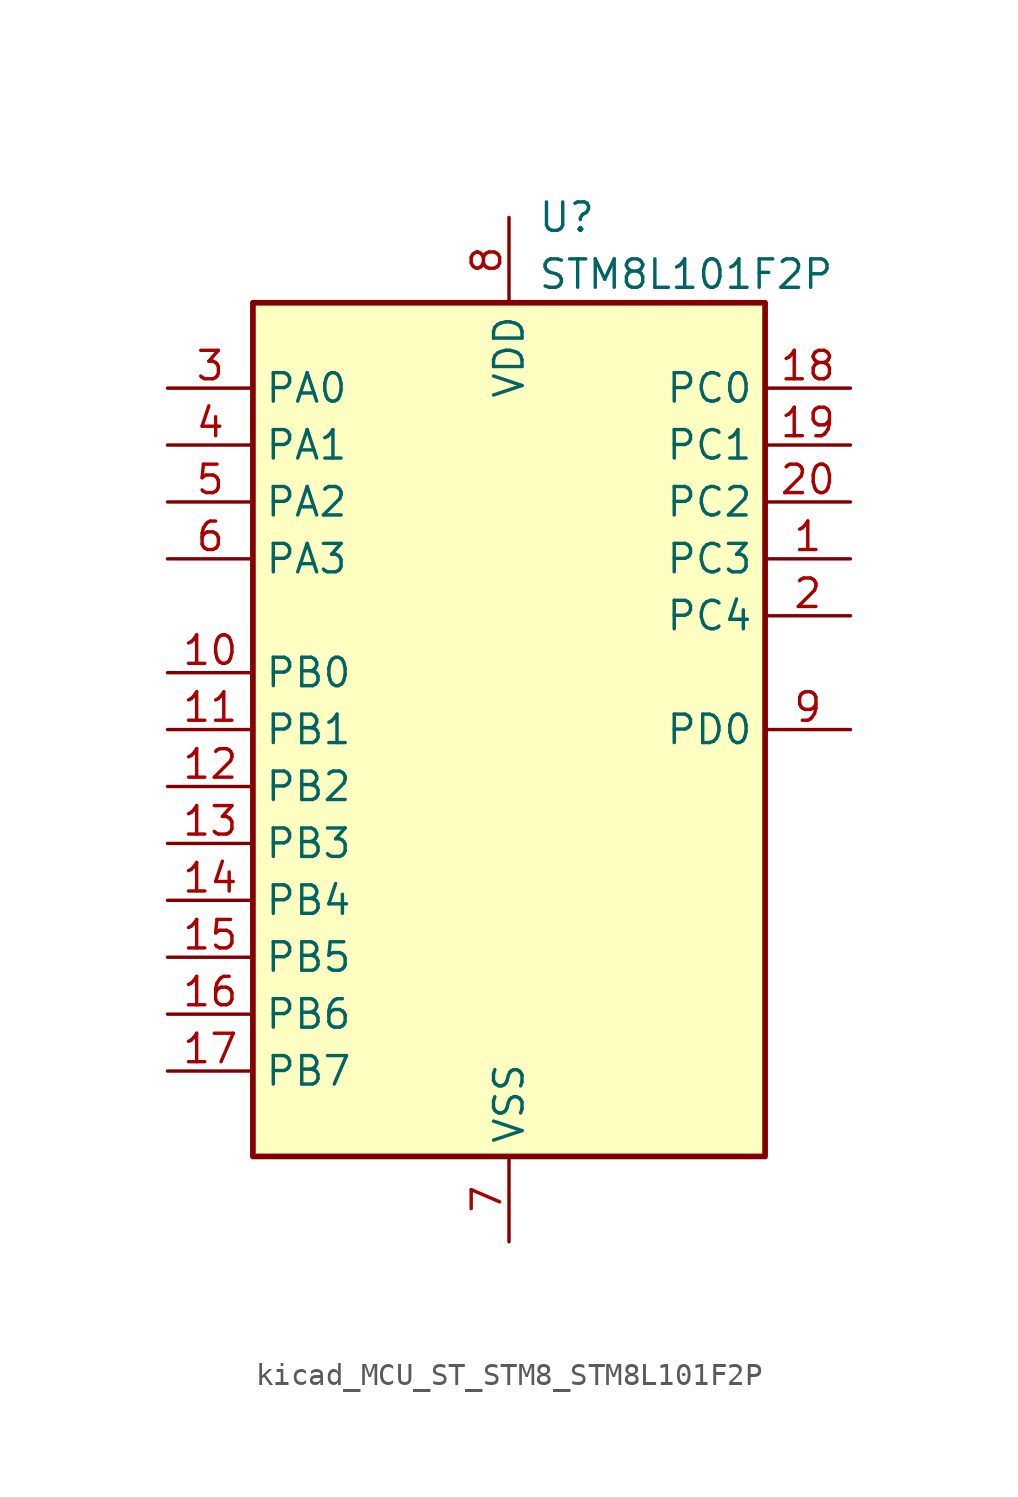
<source format=kicad_sym>
(kicad_symbol_lib
  (version 20220914)
  (generator kicad_symbol_editor)
  (symbol "kicad_MCU_ST_STM8_STM8L101F2P"
    (property "Reference" "U"
      (at 1.27 22.86 0)
      (effects (font (size 1.27 1.27)) (justify left)))
    (property "Value" "STM8L101F2P"
      (at 1.27 20.32 0)
      (effects (font (size 1.27 1.27)) (justify left)))
    (symbol "kicad_MCU_ST_STM8_STM8L101F2P_0_1"
      (rectangle (start -11.43 19.05) (end 11.43 -19.05) (stroke (width 0.254) (type default)) (fill (type background))))
    (symbol "kicad_MCU_ST_STM8_STM8L101F2P_1_1"
      (pin bidirectional line (at 15.24 7.62 180) (length 3.81) (name "PC3" (effects (font (size 1.27 1.27)))) (number "1" (effects (font (size 1.27 1.27)))))
      (pin bidirectional line (at -15.24 2.54 0) (length 3.81) (name "PB0" (effects (font (size 1.27 1.27)))) (number "10" (effects (font (size 1.27 1.27)))))
      (pin bidirectional line (at -15.24 0 0) (length 3.81) (name "PB1" (effects (font (size 1.27 1.27)))) (number "11" (effects (font (size 1.27 1.27)))))
      (pin bidirectional line (at -15.24 -2.54 0) (length 3.81) (name "PB2" (effects (font (size 1.27 1.27)))) (number "12" (effects (font (size 1.27 1.27)))))
      (pin bidirectional line (at -15.24 -5.08 0) (length 3.81) (name "PB3" (effects (font (size 1.27 1.27)))) (number "13" (effects (font (size 1.27 1.27)))))
      (pin bidirectional line (at -15.24 -7.62 0) (length 3.81) (name "PB4" (effects (font (size 1.27 1.27)))) (number "14" (effects (font (size 1.27 1.27)))))
      (pin bidirectional line (at -15.24 -10.16 0) (length 3.81) (name "PB5" (effects (font (size 1.27 1.27)))) (number "15" (effects (font (size 1.27 1.27)))))
      (pin bidirectional line (at -15.24 -12.7 0) (length 3.81) (name "PB6" (effects (font (size 1.27 1.27)))) (number "16" (effects (font (size 1.27 1.27)))))
      (pin bidirectional line (at -15.24 -15.24 0) (length 3.81) (name "PB7" (effects (font (size 1.27 1.27)))) (number "17" (effects (font (size 1.27 1.27)))))
      (pin bidirectional line (at 15.24 15.24 180) (length 3.81) (name "PC0" (effects (font (size 1.27 1.27)))) (number "18" (effects (font (size 1.27 1.27)))))
      (pin bidirectional line (at 15.24 12.7 180) (length 3.81) (name "PC1" (effects (font (size 1.27 1.27)))) (number "19" (effects (font (size 1.27 1.27)))))
      (pin bidirectional line (at 15.24 5.08 180) (length 3.81) (name "PC4" (effects (font (size 1.27 1.27)))) (number "2" (effects (font (size 1.27 1.27)))))
      (pin bidirectional line (at 15.24 10.16 180) (length 3.81) (name "PC2" (effects (font (size 1.27 1.27)))) (number "20" (effects (font (size 1.27 1.27)))))
      (pin power_in line (at -15.24 15.24 0) (length 3.81) (name "PA0" (effects (font (size 1.27 1.27)))) (number "3" (effects (font (size 1.27 1.27)))))
      (pin bidirectional line (at -15.24 12.7 0) (length 3.81) (name "PA1" (effects (font (size 1.27 1.27)))) (number "4" (effects (font (size 1.27 1.27)))))
      (pin bidirectional line (at -15.24 10.16 0) (length 3.81) (name "PA2" (effects (font (size 1.27 1.27)))) (number "5" (effects (font (size 1.27 1.27)))))
      (pin bidirectional line (at -15.24 7.62 0) (length 3.81) (name "PA3" (effects (font (size 1.27 1.27)))) (number "6" (effects (font (size 1.27 1.27)))))
      (pin power_in line (at 0 -22.86 90) (length 3.81) (name "VSS" (effects (font (size 1.27 1.27)))) (number "7" (effects (font (size 1.27 1.27)))))
      (pin power_in line (at 0 22.86 270) (length 3.81) (name "VDD" (effects (font (size 1.27 1.27)))) (number "8" (effects (font (size 1.27 1.27)))))
      (pin bidirectional line (at 15.24 0 180) (length 3.81) (name "PD0" (effects (font (size 1.27 1.27)))) (number "9" (effects (font (size 1.27 1.27))))))))
</source>
